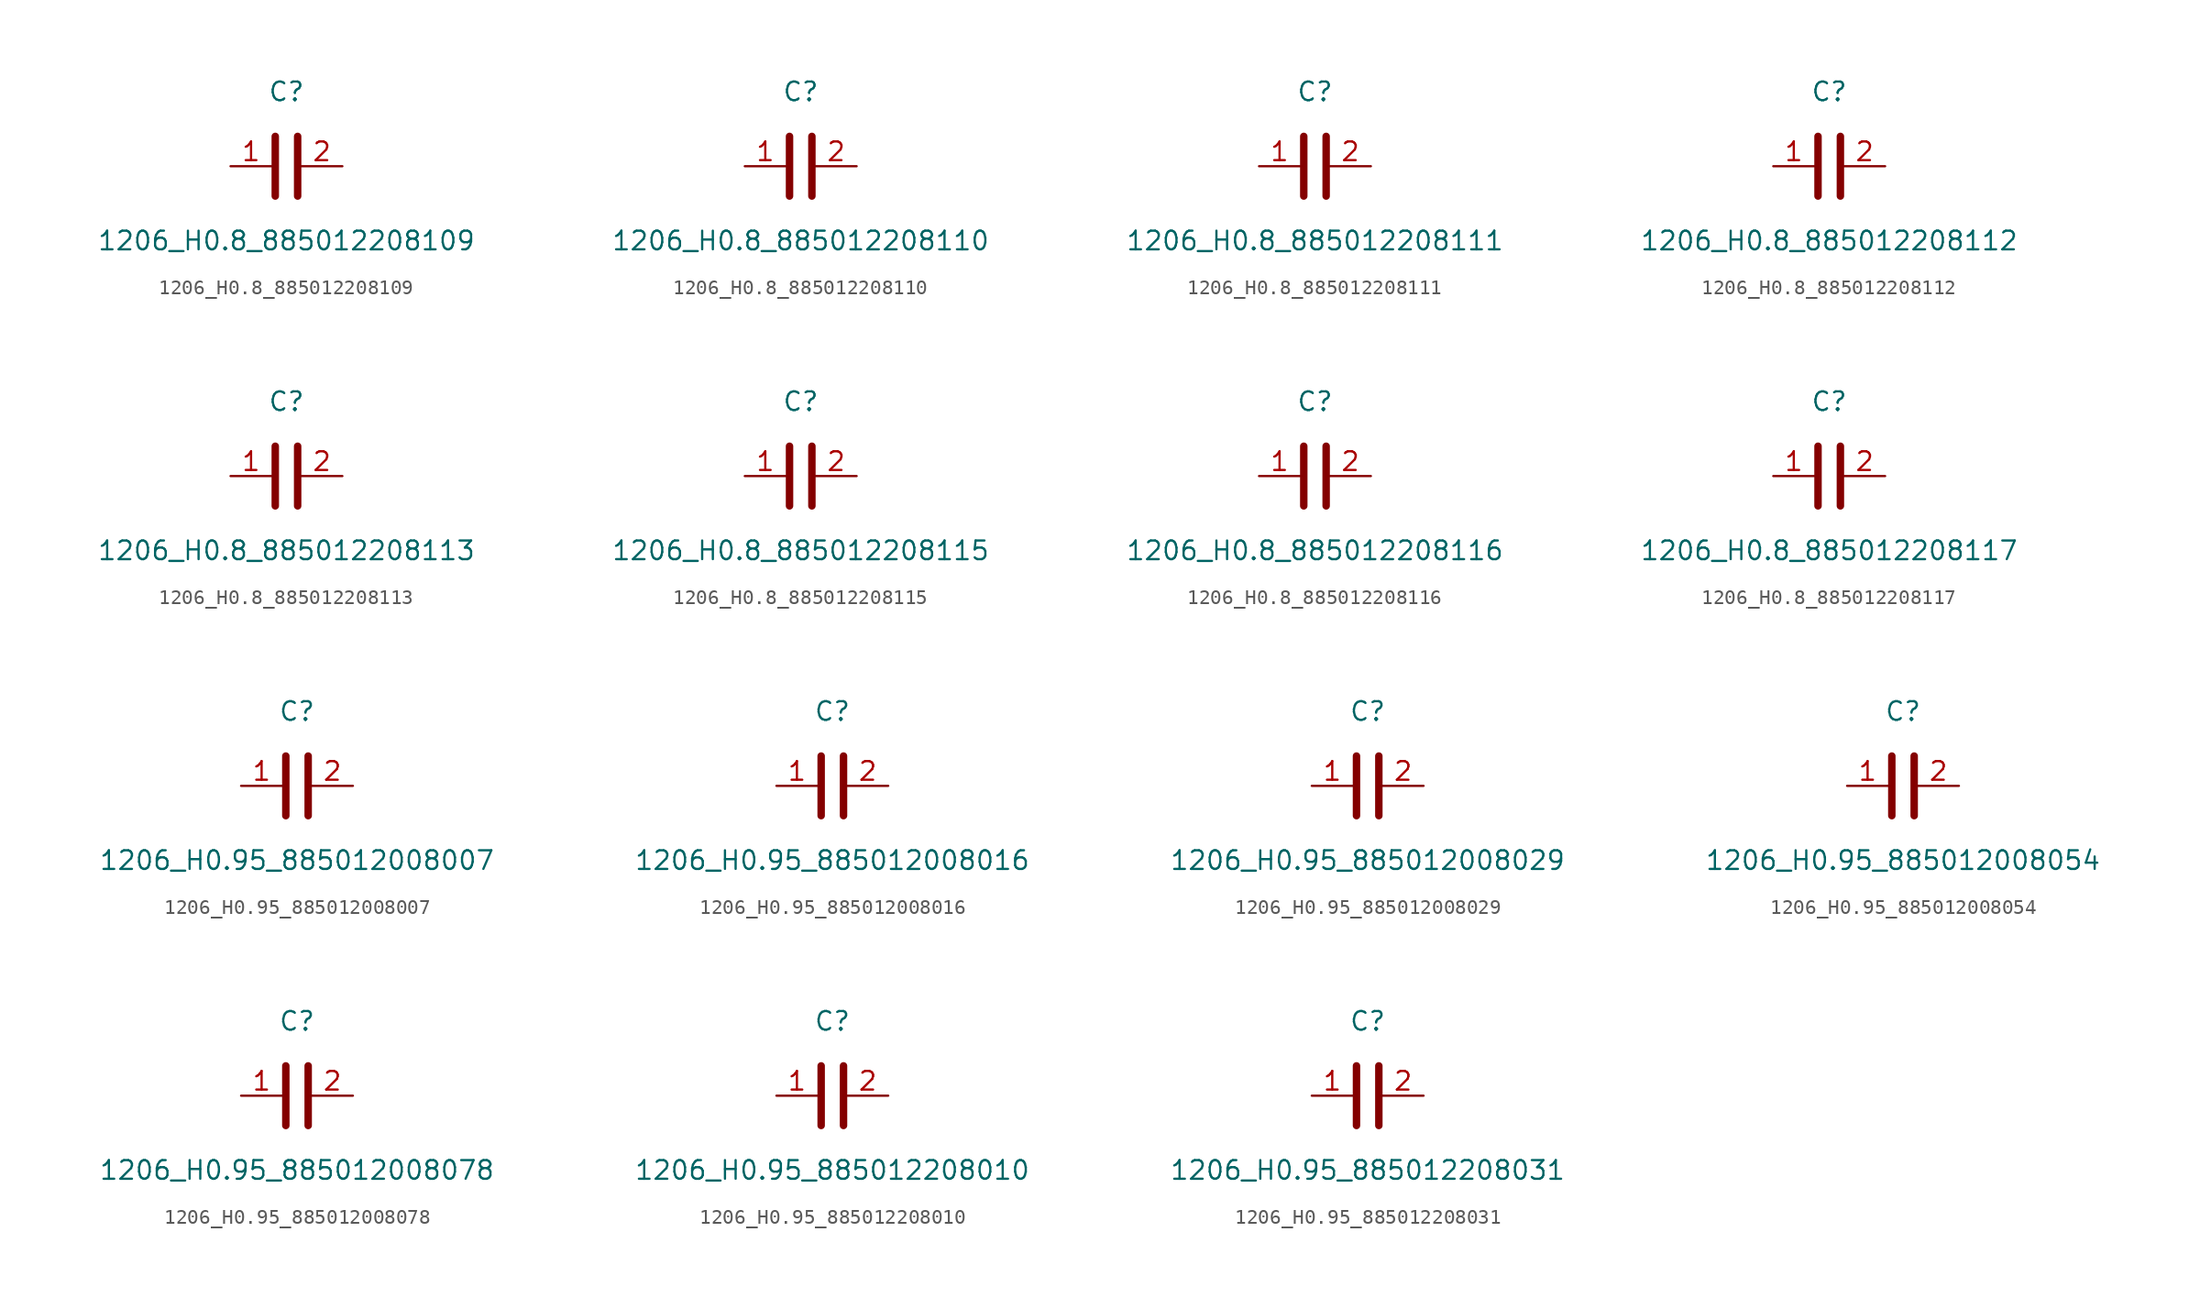
<source format=kicad_sym>
(kicad_symbol_lib
  (version 20220914)
  (generator kicad_symbol_editor)
  (symbol "1206_H0.8_885012208109"
    (pin_names hide)
    (property "Reference" "C"
      (at 0 5.08 0)
      (effects (font (size 1.27 1.27))))
    (property "Value" "1206_H0.8_885012208109"
      (at 0 -5.08 0)
      (effects (font (size 1.27 1.27))))
    (symbol "1206_H0.8_885012208109_0_1"
      (polyline (pts (xy -0.762 -2.032) (xy -0.762 2.032)) (stroke (width 0.508) (type default)) (fill (type none)))
      (polyline (pts (xy 0.762 -2.032) (xy 0.762 2.032)) (stroke (width 0.508) (type default)) (fill (type none))))
    (symbol "1206_H0.8_885012208109_1_1"
      (pin passive line (at -3.81 0 0) (length 2.794) (name "1" (effects (font (size 1.27 1.27)))) (number "1" (effects (font (size 1.27 1.27)))))
      (pin passive line (at 3.81 0 180) (length 2.794) (name "2" (effects (font (size 1.27 1.27)))) (number "2" (effects (font (size 1.27 1.27)))))))
  (symbol "1206_H0.8_885012208110"
    (pin_names hide)
    (property "Reference" "C"
      (at 0 5.08 0)
      (effects (font (size 1.27 1.27))))
    (property "Value" "1206_H0.8_885012208110"
      (at 0 -5.08 0)
      (effects (font (size 1.27 1.27))))
    (symbol "1206_H0.8_885012208110_0_1"
      (polyline (pts (xy -0.762 -2.032) (xy -0.762 2.032)) (stroke (width 0.508) (type default)) (fill (type none)))
      (polyline (pts (xy 0.762 -2.032) (xy 0.762 2.032)) (stroke (width 0.508) (type default)) (fill (type none))))
    (symbol "1206_H0.8_885012208110_1_1"
      (pin passive line (at -3.81 0 0) (length 2.794) (name "1" (effects (font (size 1.27 1.27)))) (number "1" (effects (font (size 1.27 1.27)))))
      (pin passive line (at 3.81 0 180) (length 2.794) (name "2" (effects (font (size 1.27 1.27)))) (number "2" (effects (font (size 1.27 1.27)))))))
  (symbol "1206_H0.8_885012208111"
    (pin_names hide)
    (property "Reference" "C"
      (at 0 5.08 0)
      (effects (font (size 1.27 1.27))))
    (property "Value" "1206_H0.8_885012208111"
      (at 0 -5.08 0)
      (effects (font (size 1.27 1.27))))
    (symbol "1206_H0.8_885012208111_0_1"
      (polyline (pts (xy -0.762 -2.032) (xy -0.762 2.032)) (stroke (width 0.508) (type default)) (fill (type none)))
      (polyline (pts (xy 0.762 -2.032) (xy 0.762 2.032)) (stroke (width 0.508) (type default)) (fill (type none))))
    (symbol "1206_H0.8_885012208111_1_1"
      (pin passive line (at -3.81 0 0) (length 2.794) (name "1" (effects (font (size 1.27 1.27)))) (number "1" (effects (font (size 1.27 1.27)))))
      (pin passive line (at 3.81 0 180) (length 2.794) (name "2" (effects (font (size 1.27 1.27)))) (number "2" (effects (font (size 1.27 1.27)))))))
  (symbol "1206_H0.8_885012208112"
    (pin_names hide)
    (property "Reference" "C"
      (at 0 5.08 0)
      (effects (font (size 1.27 1.27))))
    (property "Value" "1206_H0.8_885012208112"
      (at 0 -5.08 0)
      (effects (font (size 1.27 1.27))))
    (symbol "1206_H0.8_885012208112_0_1"
      (polyline (pts (xy -0.762 -2.032) (xy -0.762 2.032)) (stroke (width 0.508) (type default)) (fill (type none)))
      (polyline (pts (xy 0.762 -2.032) (xy 0.762 2.032)) (stroke (width 0.508) (type default)) (fill (type none))))
    (symbol "1206_H0.8_885012208112_1_1"
      (pin passive line (at -3.81 0 0) (length 2.794) (name "1" (effects (font (size 1.27 1.27)))) (number "1" (effects (font (size 1.27 1.27)))))
      (pin passive line (at 3.81 0 180) (length 2.794) (name "2" (effects (font (size 1.27 1.27)))) (number "2" (effects (font (size 1.27 1.27)))))))
  (symbol "1206_H0.8_885012208113"
    (pin_names hide)
    (property "Reference" "C"
      (at 0 5.08 0)
      (effects (font (size 1.27 1.27))))
    (property "Value" "1206_H0.8_885012208113"
      (at 0 -5.08 0)
      (effects (font (size 1.27 1.27))))
    (symbol "1206_H0.8_885012208113_0_1"
      (polyline (pts (xy -0.762 -2.032) (xy -0.762 2.032)) (stroke (width 0.508) (type default)) (fill (type none)))
      (polyline (pts (xy 0.762 -2.032) (xy 0.762 2.032)) (stroke (width 0.508) (type default)) (fill (type none))))
    (symbol "1206_H0.8_885012208113_1_1"
      (pin passive line (at -3.81 0 0) (length 2.794) (name "1" (effects (font (size 1.27 1.27)))) (number "1" (effects (font (size 1.27 1.27)))))
      (pin passive line (at 3.81 0 180) (length 2.794) (name "2" (effects (font (size 1.27 1.27)))) (number "2" (effects (font (size 1.27 1.27)))))))
  (symbol "1206_H0.8_885012208115"
    (pin_names hide)
    (property "Reference" "C"
      (at 0 5.08 0)
      (effects (font (size 1.27 1.27))))
    (property "Value" "1206_H0.8_885012208115"
      (at 0 -5.08 0)
      (effects (font (size 1.27 1.27))))
    (symbol "1206_H0.8_885012208115_0_1"
      (polyline (pts (xy -0.762 -2.032) (xy -0.762 2.032)) (stroke (width 0.508) (type default)) (fill (type none)))
      (polyline (pts (xy 0.762 -2.032) (xy 0.762 2.032)) (stroke (width 0.508) (type default)) (fill (type none))))
    (symbol "1206_H0.8_885012208115_1_1"
      (pin passive line (at -3.81 0 0) (length 2.794) (name "1" (effects (font (size 1.27 1.27)))) (number "1" (effects (font (size 1.27 1.27)))))
      (pin passive line (at 3.81 0 180) (length 2.794) (name "2" (effects (font (size 1.27 1.27)))) (number "2" (effects (font (size 1.27 1.27)))))))
  (symbol "1206_H0.8_885012208116"
    (pin_names hide)
    (property "Reference" "C"
      (at 0 5.08 0)
      (effects (font (size 1.27 1.27))))
    (property "Value" "1206_H0.8_885012208116"
      (at 0 -5.08 0)
      (effects (font (size 1.27 1.27))))
    (symbol "1206_H0.8_885012208116_0_1"
      (polyline (pts (xy -0.762 -2.032) (xy -0.762 2.032)) (stroke (width 0.508) (type default)) (fill (type none)))
      (polyline (pts (xy 0.762 -2.032) (xy 0.762 2.032)) (stroke (width 0.508) (type default)) (fill (type none))))
    (symbol "1206_H0.8_885012208116_1_1"
      (pin passive line (at -3.81 0 0) (length 2.794) (name "1" (effects (font (size 1.27 1.27)))) (number "1" (effects (font (size 1.27 1.27)))))
      (pin passive line (at 3.81 0 180) (length 2.794) (name "2" (effects (font (size 1.27 1.27)))) (number "2" (effects (font (size 1.27 1.27)))))))
  (symbol "1206_H0.8_885012208117"
    (pin_names hide)
    (property "Reference" "C"
      (at 0 5.08 0)
      (effects (font (size 1.27 1.27))))
    (property "Value" "1206_H0.8_885012208117"
      (at 0 -5.08 0)
      (effects (font (size 1.27 1.27))))
    (symbol "1206_H0.8_885012208117_0_1"
      (polyline (pts (xy -0.762 -2.032) (xy -0.762 2.032)) (stroke (width 0.508) (type default)) (fill (type none)))
      (polyline (pts (xy 0.762 -2.032) (xy 0.762 2.032)) (stroke (width 0.508) (type default)) (fill (type none))))
    (symbol "1206_H0.8_885012208117_1_1"
      (pin passive line (at -3.81 0 0) (length 2.794) (name "1" (effects (font (size 1.27 1.27)))) (number "1" (effects (font (size 1.27 1.27)))))
      (pin passive line (at 3.81 0 180) (length 2.794) (name "2" (effects (font (size 1.27 1.27)))) (number "2" (effects (font (size 1.27 1.27)))))))
  (symbol "1206_H0.95_885012008007"
    (pin_names hide)
    (property "Reference" "C"
      (at 0 5.08 0)
      (effects (font (size 1.27 1.27))))
    (property "Value" "1206_H0.95_885012008007"
      (at 0 -5.08 0)
      (effects (font (size 1.27 1.27))))
    (symbol "1206_H0.95_885012008007_0_1"
      (polyline (pts (xy -0.762 -2.032) (xy -0.762 2.032)) (stroke (width 0.508) (type default)) (fill (type none)))
      (polyline (pts (xy 0.762 -2.032) (xy 0.762 2.032)) (stroke (width 0.508) (type default)) (fill (type none))))
    (symbol "1206_H0.95_885012008007_1_1"
      (pin passive line (at -3.81 0 0) (length 2.794) (name "1" (effects (font (size 1.27 1.27)))) (number "1" (effects (font (size 1.27 1.27)))))
      (pin passive line (at 3.81 0 180) (length 2.794) (name "2" (effects (font (size 1.27 1.27)))) (number "2" (effects (font (size 1.27 1.27)))))))
  (symbol "1206_H0.95_885012008016"
    (pin_names hide)
    (property "Reference" "C"
      (at 0 5.08 0)
      (effects (font (size 1.27 1.27))))
    (property "Value" "1206_H0.95_885012008016"
      (at 0 -5.08 0)
      (effects (font (size 1.27 1.27))))
    (symbol "1206_H0.95_885012008016_0_1"
      (polyline (pts (xy -0.762 -2.032) (xy -0.762 2.032)) (stroke (width 0.508) (type default)) (fill (type none)))
      (polyline (pts (xy 0.762 -2.032) (xy 0.762 2.032)) (stroke (width 0.508) (type default)) (fill (type none))))
    (symbol "1206_H0.95_885012008016_1_1"
      (pin passive line (at -3.81 0 0) (length 2.794) (name "1" (effects (font (size 1.27 1.27)))) (number "1" (effects (font (size 1.27 1.27)))))
      (pin passive line (at 3.81 0 180) (length 2.794) (name "2" (effects (font (size 1.27 1.27)))) (number "2" (effects (font (size 1.27 1.27)))))))
  (symbol "1206_H0.95_885012008029"
    (pin_names hide)
    (property "Reference" "C"
      (at 0 5.08 0)
      (effects (font (size 1.27 1.27))))
    (property "Value" "1206_H0.95_885012008029"
      (at 0 -5.08 0)
      (effects (font (size 1.27 1.27))))
    (symbol "1206_H0.95_885012008029_0_1"
      (polyline (pts (xy -0.762 -2.032) (xy -0.762 2.032)) (stroke (width 0.508) (type default)) (fill (type none)))
      (polyline (pts (xy 0.762 -2.032) (xy 0.762 2.032)) (stroke (width 0.508) (type default)) (fill (type none))))
    (symbol "1206_H0.95_885012008029_1_1"
      (pin passive line (at -3.81 0 0) (length 2.794) (name "1" (effects (font (size 1.27 1.27)))) (number "1" (effects (font (size 1.27 1.27)))))
      (pin passive line (at 3.81 0 180) (length 2.794) (name "2" (effects (font (size 1.27 1.27)))) (number "2" (effects (font (size 1.27 1.27)))))))
  (symbol "1206_H0.95_885012008054"
    (pin_names hide)
    (property "Reference" "C"
      (at 0 5.08 0)
      (effects (font (size 1.27 1.27))))
    (property "Value" "1206_H0.95_885012008054"
      (at 0 -5.08 0)
      (effects (font (size 1.27 1.27))))
    (symbol "1206_H0.95_885012008054_0_1"
      (polyline (pts (xy -0.762 -2.032) (xy -0.762 2.032)) (stroke (width 0.508) (type default)) (fill (type none)))
      (polyline (pts (xy 0.762 -2.032) (xy 0.762 2.032)) (stroke (width 0.508) (type default)) (fill (type none))))
    (symbol "1206_H0.95_885012008054_1_1"
      (pin passive line (at -3.81 0 0) (length 2.794) (name "1" (effects (font (size 1.27 1.27)))) (number "1" (effects (font (size 1.27 1.27)))))
      (pin passive line (at 3.81 0 180) (length 2.794) (name "2" (effects (font (size 1.27 1.27)))) (number "2" (effects (font (size 1.27 1.27)))))))
  (symbol "1206_H0.95_885012008078"
    (pin_names hide)
    (property "Reference" "C"
      (at 0 5.08 0)
      (effects (font (size 1.27 1.27))))
    (property "Value" "1206_H0.95_885012008078"
      (at 0 -5.08 0)
      (effects (font (size 1.27 1.27))))
    (symbol "1206_H0.95_885012008078_0_1"
      (polyline (pts (xy -0.762 -2.032) (xy -0.762 2.032)) (stroke (width 0.508) (type default)) (fill (type none)))
      (polyline (pts (xy 0.762 -2.032) (xy 0.762 2.032)) (stroke (width 0.508) (type default)) (fill (type none))))
    (symbol "1206_H0.95_885012008078_1_1"
      (pin passive line (at -3.81 0 0) (length 2.794) (name "1" (effects (font (size 1.27 1.27)))) (number "1" (effects (font (size 1.27 1.27)))))
      (pin passive line (at 3.81 0 180) (length 2.794) (name "2" (effects (font (size 1.27 1.27)))) (number "2" (effects (font (size 1.27 1.27)))))))
  (symbol "1206_H0.95_885012208010"
    (pin_names hide)
    (property "Reference" "C"
      (at 0 5.08 0)
      (effects (font (size 1.27 1.27))))
    (property "Value" "1206_H0.95_885012208010"
      (at 0 -5.08 0)
      (effects (font (size 1.27 1.27))))
    (symbol "1206_H0.95_885012208010_0_1"
      (polyline (pts (xy -0.762 -2.032) (xy -0.762 2.032)) (stroke (width 0.508) (type default)) (fill (type none)))
      (polyline (pts (xy 0.762 -2.032) (xy 0.762 2.032)) (stroke (width 0.508) (type default)) (fill (type none))))
    (symbol "1206_H0.95_885012208010_1_1"
      (pin passive line (at -3.81 0 0) (length 2.794) (name "1" (effects (font (size 1.27 1.27)))) (number "1" (effects (font (size 1.27 1.27)))))
      (pin passive line (at 3.81 0 180) (length 2.794) (name "2" (effects (font (size 1.27 1.27)))) (number "2" (effects (font (size 1.27 1.27)))))))
  (symbol "1206_H0.95_885012208031"
    (pin_names hide)
    (property "Reference" "C"
      (at 0 5.08 0)
      (effects (font (size 1.27 1.27))))
    (property "Value" "1206_H0.95_885012208031"
      (at 0 -5.08 0)
      (effects (font (size 1.27 1.27))))
    (symbol "1206_H0.95_885012208031_0_1"
      (polyline (pts (xy -0.762 -2.032) (xy -0.762 2.032)) (stroke (width 0.508) (type default)) (fill (type none)))
      (polyline (pts (xy 0.762 -2.032) (xy 0.762 2.032)) (stroke (width 0.508) (type default)) (fill (type none))))
    (symbol "1206_H0.95_885012208031_1_1"
      (pin passive line (at -3.81 0 0) (length 2.794) (name "1" (effects (font (size 1.27 1.27)))) (number "1" (effects (font (size 1.27 1.27)))))
      (pin passive line (at 3.81 0 180) (length 2.794) (name "2" (effects (font (size 1.27 1.27)))) (number "2" (effects (font (size 1.27 1.27))))))))
</source>
